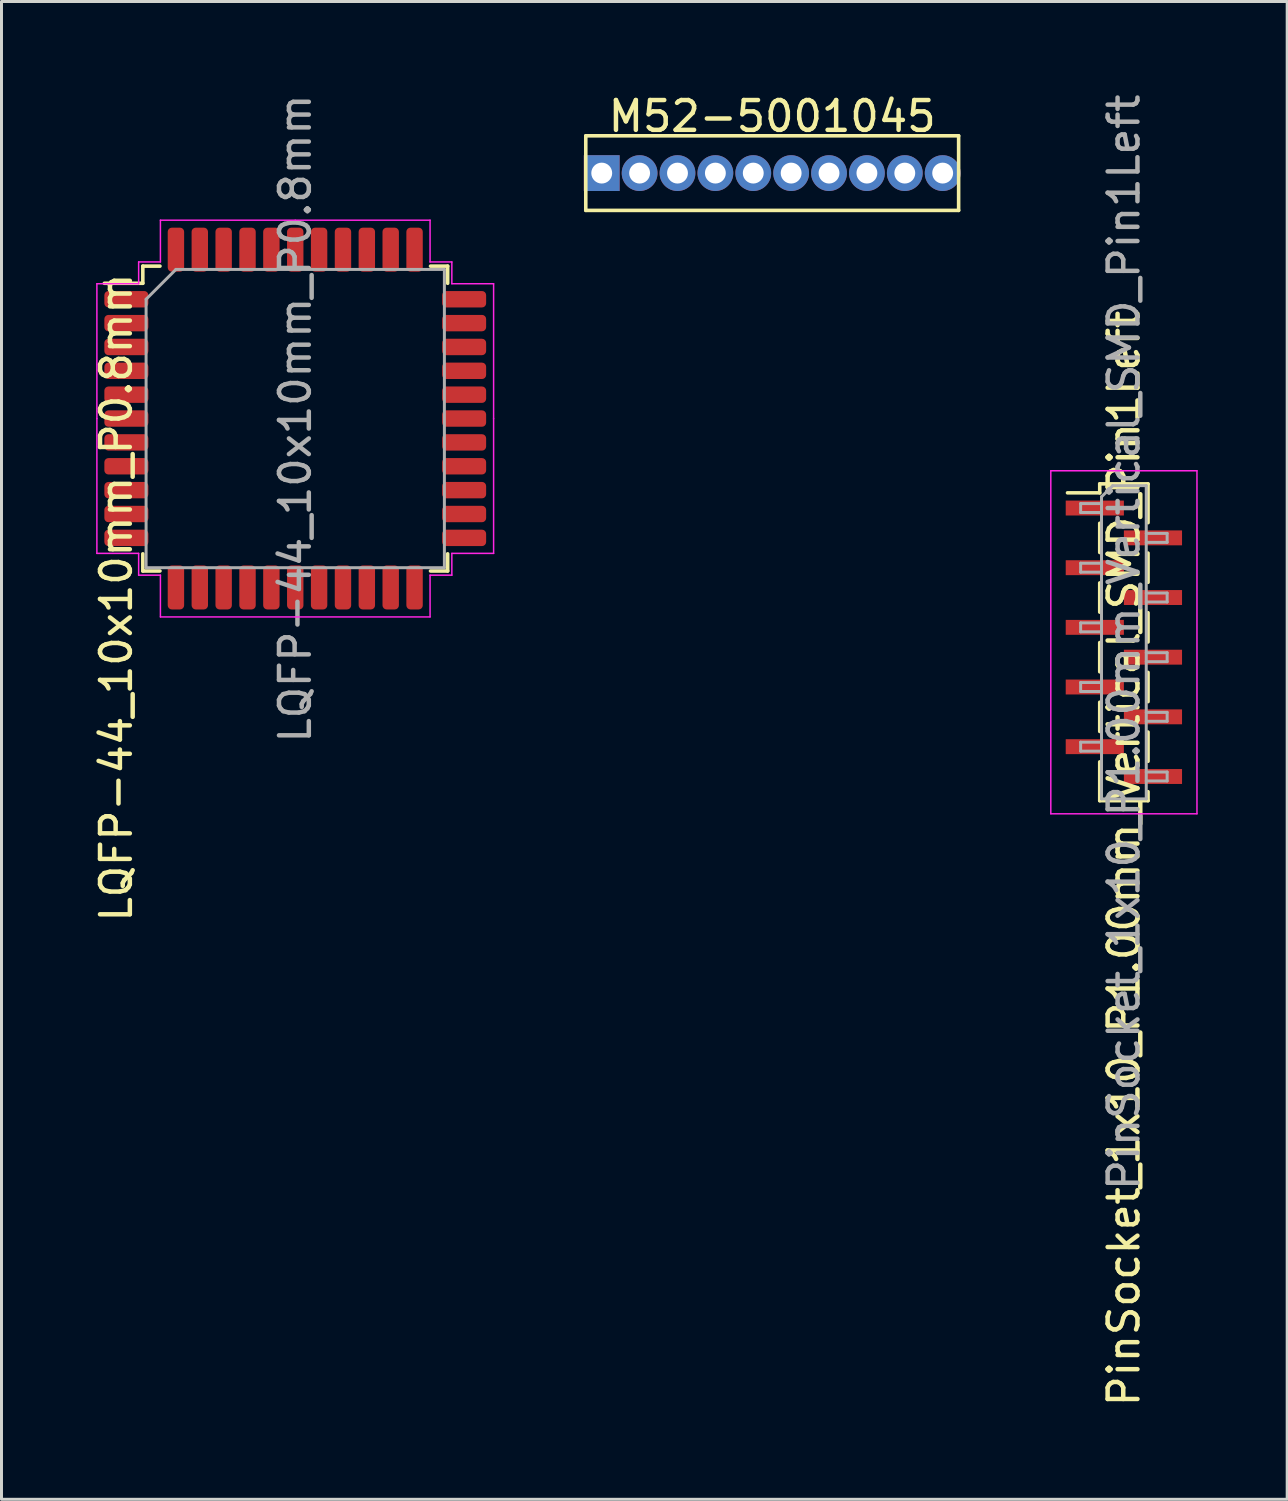
<source format=kicad_pcb>
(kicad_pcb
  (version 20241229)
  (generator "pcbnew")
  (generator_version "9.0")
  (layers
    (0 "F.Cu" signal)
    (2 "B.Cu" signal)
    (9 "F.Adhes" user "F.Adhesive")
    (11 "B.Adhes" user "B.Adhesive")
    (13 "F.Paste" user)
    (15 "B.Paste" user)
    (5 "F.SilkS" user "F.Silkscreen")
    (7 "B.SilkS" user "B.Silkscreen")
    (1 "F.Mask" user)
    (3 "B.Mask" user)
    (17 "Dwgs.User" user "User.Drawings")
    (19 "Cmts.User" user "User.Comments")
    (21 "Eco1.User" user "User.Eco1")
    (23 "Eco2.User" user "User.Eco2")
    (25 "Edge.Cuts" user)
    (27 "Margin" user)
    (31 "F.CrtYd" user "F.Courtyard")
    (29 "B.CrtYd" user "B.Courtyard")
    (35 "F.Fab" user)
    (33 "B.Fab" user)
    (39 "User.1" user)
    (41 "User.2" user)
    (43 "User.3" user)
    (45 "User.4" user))
  (footprint "LQFP-44_10x10mm_P0.8mm"
    (layer "F.Cu")
    (at 6.848 10.982)
    (property "Reference" "LQFP-44_10x10mm_P0.8mm" (at -6 6 270) (layer "F.SilkS") (effects (font (size 1 1) (thickness 0.15))))
    (attr smd)
    (fp_line (start -5.11 -5.11) (end -5.11 -4.535) (stroke (width 0.12) (type solid)) (layer "F.SilkS"))
    (fp_line (start -5.11 -4.535) (end -6.4 -4.535) (stroke (width 0.12) (type solid)) (layer "F.SilkS"))
    (fp_line (start -5.11 5.11) (end -5.11 4.535) (stroke (width 0.12) (type solid)) (layer "F.SilkS"))
    (fp_line (start -4.535 -5.11) (end -5.11 -5.11) (stroke (width 0.12) (type solid)) (layer "F.SilkS"))
    (fp_line (start -4.535 5.11) (end -5.11 5.11) (stroke (width 0.12) (type solid)) (layer "F.SilkS"))
    (fp_line (start 4.535 -5.11) (end 5.11 -5.11) (stroke (width 0.12) (type solid)) (layer "F.SilkS"))
    (fp_line (start 4.535 5.11) (end 5.11 5.11) (stroke (width 0.12) (type solid)) (layer "F.SilkS"))
    (fp_line (start 5.11 -5.11) (end 5.11 -4.535) (stroke (width 0.12) (type solid)) (layer "F.SilkS"))
    (fp_line (start 5.11 5.11) (end 5.11 4.535) (stroke (width 0.12) (type solid)) (layer "F.SilkS"))
    (fp_line (start -6.65 -4.52) (end -6.65 0) (stroke (width 0.05) (type solid)) (layer "F.CrtYd"))
    (fp_line (start -6.65 4.52) (end -6.65 0) (stroke (width 0.05) (type solid)) (layer "F.CrtYd"))
    (fp_line (start -5.25 -5.25) (end -5.25 -4.52) (stroke (width 0.05) (type solid)) (layer "F.CrtYd"))
    (fp_line (start -5.25 -4.52) (end -6.65 -4.52) (stroke (width 0.05) (type solid)) (layer "F.CrtYd"))
    (fp_line (start -5.25 4.52) (end -6.65 4.52) (stroke (width 0.05) (type solid)) (layer "F.CrtYd"))
    (fp_line (start -5.25 5.25) (end -5.25 4.52) (stroke (width 0.05) (type solid)) (layer "F.CrtYd"))
    (fp_line (start -4.52 -6.65) (end -4.52 -5.25) (stroke (width 0.05) (type solid)) (layer "F.CrtYd"))
    (fp_line (start -4.52 -5.25) (end -5.25 -5.25) (stroke (width 0.05) (type solid)) (layer "F.CrtYd"))
    (fp_line (start -4.52 5.25) (end -5.25 5.25) (stroke (width 0.05) (type solid)) (layer "F.CrtYd"))
    (fp_line (start -4.52 6.65) (end -4.52 5.25) (stroke (width 0.05) (type solid)) (layer "F.CrtYd"))
    (fp_line (start 0 -6.65) (end -4.52 -6.65) (stroke (width 0.05) (type solid)) (layer "F.CrtYd"))
    (fp_line (start 0 -6.65) (end 4.52 -6.65) (stroke (width 0.05) (type solid)) (layer "F.CrtYd"))
    (fp_line (start 0 6.65) (end -4.52 6.65) (stroke (width 0.05) (type solid)) (layer "F.CrtYd"))
    (fp_line (start 0 6.65) (end 4.52 6.65) (stroke (width 0.05) (type solid)) (layer "F.CrtYd"))
    (fp_line (start 4.52 -6.65) (end 4.52 -5.25) (stroke (width 0.05) (type solid)) (layer "F.CrtYd"))
    (fp_line (start 4.52 -5.25) (end 5.25 -5.25) (stroke (width 0.05) (type solid)) (layer "F.CrtYd"))
    (fp_line (start 4.52 5.25) (end 5.25 5.25) (stroke (width 0.05) (type solid)) (layer "F.CrtYd"))
    (fp_line (start 4.52 6.65) (end 4.52 5.25) (stroke (width 0.05) (type solid)) (layer "F.CrtYd"))
    (fp_line (start 5.25 -5.25) (end 5.25 -4.52) (stroke (width 0.05) (type solid)) (layer "F.CrtYd"))
    (fp_line (start 5.25 -4.52) (end 6.65 -4.52) (stroke (width 0.05) (type solid)) (layer "F.CrtYd"))
    (fp_line (start 5.25 4.52) (end 6.65 4.52) (stroke (width 0.05) (type solid)) (layer "F.CrtYd"))
    (fp_line (start 5.25 5.25) (end 5.25 4.52) (stroke (width 0.05) (type solid)) (layer "F.CrtYd"))
    (fp_line (start 6.65 -4.52) (end 6.65 0) (stroke (width 0.05) (type solid)) (layer "F.CrtYd"))
    (fp_line (start 6.65 4.52) (end 6.65 0) (stroke (width 0.05) (type solid)) (layer "F.CrtYd"))
    (fp_line (start -5 -4) (end -4 -5) (stroke (width 0.1) (type solid)) (layer "F.Fab"))
    (fp_line (start -5 5) (end -5 -4) (stroke (width 0.1) (type solid)) (layer "F.Fab"))
    (fp_line (start -4 -5) (end 5 -5) (stroke (width 0.1) (type solid)) (layer "F.Fab"))
    (fp_line (start 5 -5) (end 5 5) (stroke (width 0.1) (type solid)) (layer "F.Fab"))
    (fp_line (start 5 5) (end -5 5) (stroke (width 0.1) (type solid)) (layer "F.Fab"))
    (fp_text user "${REFERENCE}" (at 0 0 270) (layer "F.Fab") (effects (font (size 1 1) (thickness 0.15))))
    (pad "1" smd roundrect (at -5.662 -4) (size 1.475 0.55) (layers "F.Cu" "F.Mask" "F.Paste") (roundrect_rratio 0.25))
    (pad "2" smd roundrect (at -5.662 -3.2) (size 1.475 0.55) (layers "F.Cu" "F.Mask" "F.Paste") (roundrect_rratio 0.25))
    (pad "3" smd roundrect (at -5.662 -2.4) (size 1.475 0.55) (layers "F.Cu" "F.Mask" "F.Paste") (roundrect_rratio 0.25))
    (pad "4" smd roundrect (at -5.662 -1.6) (size 1.475 0.55) (layers "F.Cu" "F.Mask" "F.Paste") (roundrect_rratio 0.25))
    (pad "5" smd roundrect (at -5.662 -0.8) (size 1.475 0.55) (layers "F.Cu" "F.Mask" "F.Paste") (roundrect_rratio 0.25))
    (pad "6" smd roundrect (at -5.662 0) (size 1.475 0.55) (layers "F.Cu" "F.Mask" "F.Paste") (roundrect_rratio 0.25))
    (pad "7" smd roundrect (at -5.662 0.8) (size 1.475 0.55) (layers "F.Cu" "F.Mask" "F.Paste") (roundrect_rratio 0.25))
    (pad "8" smd roundrect (at -5.662 1.6) (size 1.475 0.55) (layers "F.Cu" "F.Mask" "F.Paste") (roundrect_rratio 0.25))
    (pad "9" smd roundrect (at -5.662 2.4) (size 1.475 0.55) (layers "F.Cu" "F.Mask" "F.Paste") (roundrect_rratio 0.25))
    (pad "10" smd roundrect (at -5.662 3.2) (size 1.475 0.55) (layers "F.Cu" "F.Mask" "F.Paste") (roundrect_rratio 0.25))
    (pad "11" smd roundrect (at -5.662 4) (size 1.475 0.55) (layers "F.Cu" "F.Mask" "F.Paste") (roundrect_rratio 0.25))
    (pad "12" smd roundrect (at -4 5.662) (size 0.55 1.475) (layers "F.Cu" "F.Mask" "F.Paste") (roundrect_rratio 0.25))
    (pad "13" smd roundrect (at -3.2 5.662) (size 0.55 1.475) (layers "F.Cu" "F.Mask" "F.Paste") (roundrect_rratio 0.25))
    (pad "14" smd roundrect (at -2.4 5.662) (size 0.55 1.475) (layers "F.Cu" "F.Mask" "F.Paste") (roundrect_rratio 0.25))
    (pad "15" smd roundrect (at -1.6 5.662) (size 0.55 1.475) (layers "F.Cu" "F.Mask" "F.Paste") (roundrect_rratio 0.25))
    (pad "16" smd roundrect (at -0.8 5.662) (size 0.55 1.475) (layers "F.Cu" "F.Mask" "F.Paste") (roundrect_rratio 0.25))
    (pad "17" smd roundrect (at 0 5.662) (size 0.55 1.475) (layers "F.Cu" "F.Mask" "F.Paste") (roundrect_rratio 0.25))
    (pad "18" smd roundrect (at 0.8 5.662) (size 0.55 1.475) (layers "F.Cu" "F.Mask" "F.Paste") (roundrect_rratio 0.25))
    (pad "19" smd roundrect (at 1.6 5.662) (size 0.55 1.475) (layers "F.Cu" "F.Mask" "F.Paste") (roundrect_rratio 0.25))
    (pad "20" smd roundrect (at 2.4 5.662) (size 0.55 1.475) (layers "F.Cu" "F.Mask" "F.Paste") (roundrect_rratio 0.25))
    (pad "21" smd roundrect (at 3.2 5.662) (size 0.55 1.475) (layers "F.Cu" "F.Mask" "F.Paste") (roundrect_rratio 0.25))
    (pad "22" smd roundrect (at 4 5.662) (size 0.55 1.475) (layers "F.Cu" "F.Mask" "F.Paste") (roundrect_rratio 0.25))
    (pad "23" smd roundrect (at 5.662 4) (size 1.475 0.55) (layers "F.Cu" "F.Mask" "F.Paste") (roundrect_rratio 0.25))
    (pad "24" smd roundrect (at 5.662 3.2) (size 1.475 0.55) (layers "F.Cu" "F.Mask" "F.Paste") (roundrect_rratio 0.25))
    (pad "25" smd roundrect (at 5.662 2.4) (size 1.475 0.55) (layers "F.Cu" "F.Mask" "F.Paste") (roundrect_rratio 0.25))
    (pad "26" smd roundrect (at 5.662 1.6) (size 1.475 0.55) (layers "F.Cu" "F.Mask" "F.Paste") (roundrect_rratio 0.25))
    (pad "27" smd roundrect (at 5.662 0.8) (size 1.475 0.55) (layers "F.Cu" "F.Mask" "F.Paste") (roundrect_rratio 0.25))
    (pad "28" smd roundrect (at 5.662 0) (size 1.475 0.55) (layers "F.Cu" "F.Mask" "F.Paste") (roundrect_rratio 0.25))
    (pad "29" smd roundrect (at 5.662 -0.8) (size 1.475 0.55) (layers "F.Cu" "F.Mask" "F.Paste") (roundrect_rratio 0.25))
    (pad "30" smd roundrect (at 5.662 -1.6) (size 1.475 0.55) (layers "F.Cu" "F.Mask" "F.Paste") (roundrect_rratio 0.25))
    (pad "31" smd roundrect (at 5.662 -2.4) (size 1.475 0.55) (layers "F.Cu" "F.Mask" "F.Paste") (roundrect_rratio 0.25))
    (pad "32" smd roundrect (at 5.662 -3.2) (size 1.475 0.55) (layers "F.Cu" "F.Mask" "F.Paste") (roundrect_rratio 0.25))
    (pad "33" smd roundrect (at 5.662 -4) (size 1.475 0.55) (layers "F.Cu" "F.Mask" "F.Paste") (roundrect_rratio 0.25))
    (pad "34" smd roundrect (at 4 -5.662) (size 0.55 1.475) (layers "F.Cu" "F.Mask" "F.Paste") (roundrect_rratio 0.25))
    (pad "35" smd roundrect (at 3.2 -5.662) (size 0.55 1.475) (layers "F.Cu" "F.Mask" "F.Paste") (roundrect_rratio 0.25))
    (pad "36" smd roundrect (at 2.4 -5.662) (size 0.55 1.475) (layers "F.Cu" "F.Mask" "F.Paste") (roundrect_rratio 0.25))
    (pad "37" smd roundrect (at 1.6 -5.662) (size 0.55 1.475) (layers "F.Cu" "F.Mask" "F.Paste") (roundrect_rratio 0.25))
    (pad "38" smd roundrect (at 0.8 -5.662) (size 0.55 1.475) (layers "F.Cu" "F.Mask" "F.Paste") (roundrect_rratio 0.25))
    (pad "39" smd roundrect (at 0 -5.662) (size 0.55 1.475) (layers "F.Cu" "F.Mask" "F.Paste") (roundrect_rratio 0.25))
    (pad "40" smd roundrect (at -0.8 -5.662) (size 0.55 1.475) (layers "F.Cu" "F.Mask" "F.Paste") (roundrect_rratio 0.25))
    (pad "41" smd roundrect (at -1.6 -5.662) (size 0.55 1.475) (layers "F.Cu" "F.Mask" "F.Paste") (roundrect_rratio 0.25))
    (pad "42" smd roundrect (at -2.4 -5.662) (size 0.55 1.475) (layers "F.Cu" "F.Mask" "F.Paste") (roundrect_rratio 0.25))
    (pad "43" smd roundrect (at -3.2 -5.662) (size 0.55 1.475) (layers "F.Cu" "F.Mask" "F.Paste") (roundrect_rratio 0.25))
    (pad "44" smd roundrect (at -4 -5.662) (size 0.55 1.475) (layers "F.Cu" "F.Mask" "F.Paste") (roundrect_rratio 0.25)))
  (footprint "M52-5001045"
    (layer "F.Cu")
    (at 22.838 2.753)
    (property "Reference" "M52-5001045" (at 0 -1.905 0) (layer "F.SilkS") (effects (font (size 1 1) (thickness 0.15))))
    (attr through_hole)
    (fp_line (start -6.25 -1.25) (end -6.25 1.25) (stroke (width 0.12) (type solid)) (layer "F.SilkS"))
    (fp_line (start -6.25 -1.25) (end 6.25 -1.25) (stroke (width 0.12) (type solid)) (layer "F.SilkS"))
    (fp_line (start 6.25 -1.25) (end 6.25 1.25) (stroke (width 0.12) (type solid)) (layer "F.SilkS"))
    (fp_line (start 6.25 1.25) (end -6.25 1.25) (stroke (width 0.12) (type solid)) (layer "F.SilkS"))
    (pad "1" thru_hole rect (at -5.715 0) (size 1.2 1.2) (drill 0.7) (layers "*.Cu" "*.Mask"))
    (pad "2" thru_hole circle (at -4.445 0) (size 1.2 1.2) (drill 0.7) (layers "*.Cu" "*.Mask"))
    (pad "3" thru_hole circle (at -3.175 0) (size 1.2 1.2) (drill 0.7) (layers "*.Cu" "*.Mask"))
    (pad "4" thru_hole circle (at -1.905 0) (size 1.2 1.2) (drill 0.7) (layers "*.Cu" "*.Mask"))
    (pad "5" thru_hole circle (at -0.635 0) (size 1.2 1.2) (drill 0.7) (layers "*.Cu" "*.Mask"))
    (pad "6" thru_hole circle (at 0.635 0) (size 1.2 1.2) (drill 0.7) (layers "*.Cu" "*.Mask"))
    (pad "7" thru_hole circle (at 1.905 0) (size 1.2 1.2) (drill 0.7) (layers "*.Cu" "*.Mask"))
    (pad "8" thru_hole circle (at 3.175 0) (size 1.2 1.2) (drill 0.7) (layers "*.Cu" "*.Mask"))
    (pad "9" thru_hole circle (at 4.445 0) (size 1.2 1.2) (drill 0.7) (layers "*.Cu" "*.Mask"))
    (pad "10" thru_hole circle (at 5.715 0) (size 1.2 1.2) (drill 0.7) (layers "*.Cu" "*.Mask")))
  (footprint "PinSocket_1x10_P1.00mm_Vertical_SMD_Pin1Left"
    (layer "F.Cu")
    (at 34.628 18.482)
    (property "Reference" "PinSocket_1x10_P1.00mm_Vertical_SMD_Pin1Left" (at 0 7.25 270) (layer "F.SilkS") (effects (font (size 1 1) (thickness 0.15))))
    (attr smd)
    (fp_line (start -1.89 -5.01) (end -0.81 -5.01) (stroke (width 0.12) (type solid)) (layer "F.SilkS"))
    (fp_line (start -0.81 -5.31) (end -0.81 -5.01) (stroke (width 0.12) (type solid)) (layer "F.SilkS"))
    (fp_line (start -0.81 -5.31) (end 0.81 -5.31) (stroke (width 0.12) (type solid)) (layer "F.SilkS"))
    (fp_line (start -0.81 -3.99) (end -0.81 -3.01) (stroke (width 0.12) (type solid)) (layer "F.SilkS"))
    (fp_line (start -0.81 -1.99) (end -0.81 -1.01) (stroke (width 0.12) (type solid)) (layer "F.SilkS"))
    (fp_line (start -0.81 0.01) (end -0.81 0.99) (stroke (width 0.12) (type solid)) (layer "F.SilkS"))
    (fp_line (start -0.81 2.01) (end -0.81 2.99) (stroke (width 0.12) (type solid)) (layer "F.SilkS"))
    (fp_line (start -0.81 4.01) (end -0.81 5.31) (stroke (width 0.12) (type solid)) (layer "F.SilkS"))
    (fp_line (start -0.81 5.31) (end 0.81 5.31) (stroke (width 0.12) (type solid)) (layer "F.SilkS"))
    (fp_line (start 0.81 -5.31) (end 0.81 -4.01) (stroke (width 0.12) (type solid)) (layer "F.SilkS"))
    (fp_line (start 0.81 -2.99) (end 0.81 -2.01) (stroke (width 0.12) (type solid)) (layer "F.SilkS"))
    (fp_line (start 0.81 -0.99) (end 0.81 -0.01) (stroke (width 0.12) (type solid)) (layer "F.SilkS"))
    (fp_line (start 0.81 1.01) (end 0.81 1.99) (stroke (width 0.12) (type solid)) (layer "F.SilkS"))
    (fp_line (start 0.81 3.01) (end 0.81 3.99) (stroke (width 0.12) (type solid)) (layer "F.SilkS"))
    (fp_line (start 0.81 5.01) (end 0.81 5.31) (stroke (width 0.12) (type solid)) (layer "F.SilkS"))
    (fp_line (start -2.45 -5.75) (end 2.45 -5.75) (stroke (width 0.05) (type solid)) (layer "F.CrtYd"))
    (fp_line (start -2.45 5.75) (end -2.45 -5.75) (stroke (width 0.05) (type solid)) (layer "F.CrtYd"))
    (fp_line (start 2.45 -5.75) (end 2.45 5.75) (stroke (width 0.05) (type solid)) (layer "F.CrtYd"))
    (fp_line (start 2.45 5.75) (end -2.45 5.75) (stroke (width 0.05) (type solid)) (layer "F.CrtYd"))
    (fp_line (start -1.45 -4.65) (end -0.75 -4.65) (stroke (width 0.1) (type solid)) (layer "F.Fab"))
    (fp_line (start -1.45 -4.35) (end -1.45 -4.65) (stroke (width 0.1) (type solid)) (layer "F.Fab"))
    (fp_line (start -1.45 -2.65) (end -0.75 -2.65) (stroke (width 0.1) (type solid)) (layer "F.Fab"))
    (fp_line (start -1.45 -2.35) (end -1.45 -2.65) (stroke (width 0.1) (type solid)) (layer "F.Fab"))
    (fp_line (start -1.45 -0.65) (end -0.75 -0.65) (stroke (width 0.1) (type solid)) (layer "F.Fab"))
    (fp_line (start -1.45 -0.35) (end -1.45 -0.65) (stroke (width 0.1) (type solid)) (layer "F.Fab"))
    (fp_line (start -1.45 1.35) (end -0.75 1.35) (stroke (width 0.1) (type solid)) (layer "F.Fab"))
    (fp_line (start -1.45 1.65) (end -1.45 1.35) (stroke (width 0.1) (type solid)) (layer "F.Fab"))
    (fp_line (start -1.45 3.35) (end -0.75 3.35) (stroke (width 0.1) (type solid)) (layer "F.Fab"))
    (fp_line (start -1.45 3.65) (end -1.45 3.35) (stroke (width 0.1) (type solid)) (layer "F.Fab"))
    (fp_line (start -0.75 -4.875) (end -0.375 -5.25) (stroke (width 0.1) (type solid)) (layer "F.Fab"))
    (fp_line (start -0.75 -4.35) (end -1.45 -4.35) (stroke (width 0.1) (type solid)) (layer "F.Fab"))
    (fp_line (start -0.75 -2.35) (end -1.45 -2.35) (stroke (width 0.1) (type solid)) (layer "F.Fab"))
    (fp_line (start -0.75 -0.35) (end -1.45 -0.35) (stroke (width 0.1) (type solid)) (layer "F.Fab"))
    (fp_line (start -0.75 1.65) (end -1.45 1.65) (stroke (width 0.1) (type solid)) (layer "F.Fab"))
    (fp_line (start -0.75 3.65) (end -1.45 3.65) (stroke (width 0.1) (type solid)) (layer "F.Fab"))
    (fp_line (start -0.75 5.25) (end -0.75 -4.875) (stroke (width 0.1) (type solid)) (layer "F.Fab"))
    (fp_line (start -0.375 -5.25) (end 0.75 -5.25) (stroke (width 0.1) (type solid)) (layer "F.Fab"))
    (fp_line (start 0.75 -5.25) (end 0.75 5.25) (stroke (width 0.1) (type solid)) (layer "F.Fab"))
    (fp_line (start 0.75 -3.65) (end 1.45 -3.65) (stroke (width 0.1) (type solid)) (layer "F.Fab"))
    (fp_line (start 0.75 -1.65) (end 1.45 -1.65) (stroke (width 0.1) (type solid)) (layer "F.Fab"))
    (fp_line (start 0.75 0.35) (end 1.45 0.35) (stroke (width 0.1) (type solid)) (layer "F.Fab"))
    (fp_line (start 0.75 2.35) (end 1.45 2.35) (stroke (width 0.1) (type solid)) (layer "F.Fab"))
    (fp_line (start 0.75 4.35) (end 1.45 4.35) (stroke (width 0.1) (type solid)) (layer "F.Fab"))
    (fp_line (start 0.75 5.25) (end -0.75 5.25) (stroke (width 0.1) (type solid)) (layer "F.Fab"))
    (fp_line (start 1.45 -3.65) (end 1.45 -3.35) (stroke (width 0.1) (type solid)) (layer "F.Fab"))
    (fp_line (start 1.45 -3.35) (end 0.75 -3.35) (stroke (width 0.1) (type solid)) (layer "F.Fab"))
    (fp_line (start 1.45 -1.65) (end 1.45 -1.35) (stroke (width 0.1) (type solid)) (layer "F.Fab"))
    (fp_line (start 1.45 -1.35) (end 0.75 -1.35) (stroke (width 0.1) (type solid)) (layer "F.Fab"))
    (fp_line (start 1.45 0.35) (end 1.45 0.65) (stroke (width 0.1) (type solid)) (layer "F.Fab"))
    (fp_line (start 1.45 0.65) (end 0.75 0.65) (stroke (width 0.1) (type solid)) (layer "F.Fab"))
    (fp_line (start 1.45 2.35) (end 1.45 2.65) (stroke (width 0.1) (type solid)) (layer "F.Fab"))
    (fp_line (start 1.45 2.65) (end 0.75 2.65) (stroke (width 0.1) (type solid)) (layer "F.Fab"))
    (fp_line (start 1.45 4.35) (end 1.45 4.65) (stroke (width 0.1) (type solid)) (layer "F.Fab"))
    (fp_line (start 1.45 4.65) (end 0.75 4.65) (stroke (width 0.1) (type solid)) (layer "F.Fab"))
    (fp_text user "${REFERENCE}" (at 0 0 270) (layer "F.Fab") (effects (font (size 1 1) (thickness 0.15))))
    (pad "1" smd rect (at -0.975 -4.5) (size 1.95 0.5) (layers "F.Cu" "F.Mask" "F.Paste"))
    (pad "2" smd rect (at 0.975 -3.5) (size 1.95 0.5) (layers "F.Cu" "F.Mask" "F.Paste"))
    (pad "3" smd rect (at -0.975 -2.5) (size 1.95 0.5) (layers "F.Cu" "F.Mask" "F.Paste"))
    (pad "4" smd rect (at 0.975 -1.5) (size 1.95 0.5) (layers "F.Cu" "F.Mask" "F.Paste"))
    (pad "5" smd rect (at -0.975 -0.5) (size 1.95 0.5) (layers "F.Cu" "F.Mask" "F.Paste"))
    (pad "6" smd rect (at 0.975 0.5) (size 1.95 0.5) (layers "F.Cu" "F.Mask" "F.Paste"))
    (pad "7" smd rect (at -0.975 1.5) (size 1.95 0.5) (layers "F.Cu" "F.Mask" "F.Paste"))
    (pad "8" smd rect (at 0.975 2.5) (size 1.95 0.5) (layers "F.Cu" "F.Mask" "F.Paste"))
    (pad "9" smd rect (at -0.975 3.5) (size 1.95 0.5) (layers "F.Cu" "F.Mask" "F.Paste"))
    (pad "10" smd rect (at 0.975 4.5) (size 1.95 0.5) (layers "F.Cu" "F.Mask" "F.Paste")))
  (gr_rect
    (start -3 -3)
    (end 40.103 47.214)
    (stroke (width 0.1) (type default))
    (fill no)
    (layer "Edge.Cuts")))
</source>
